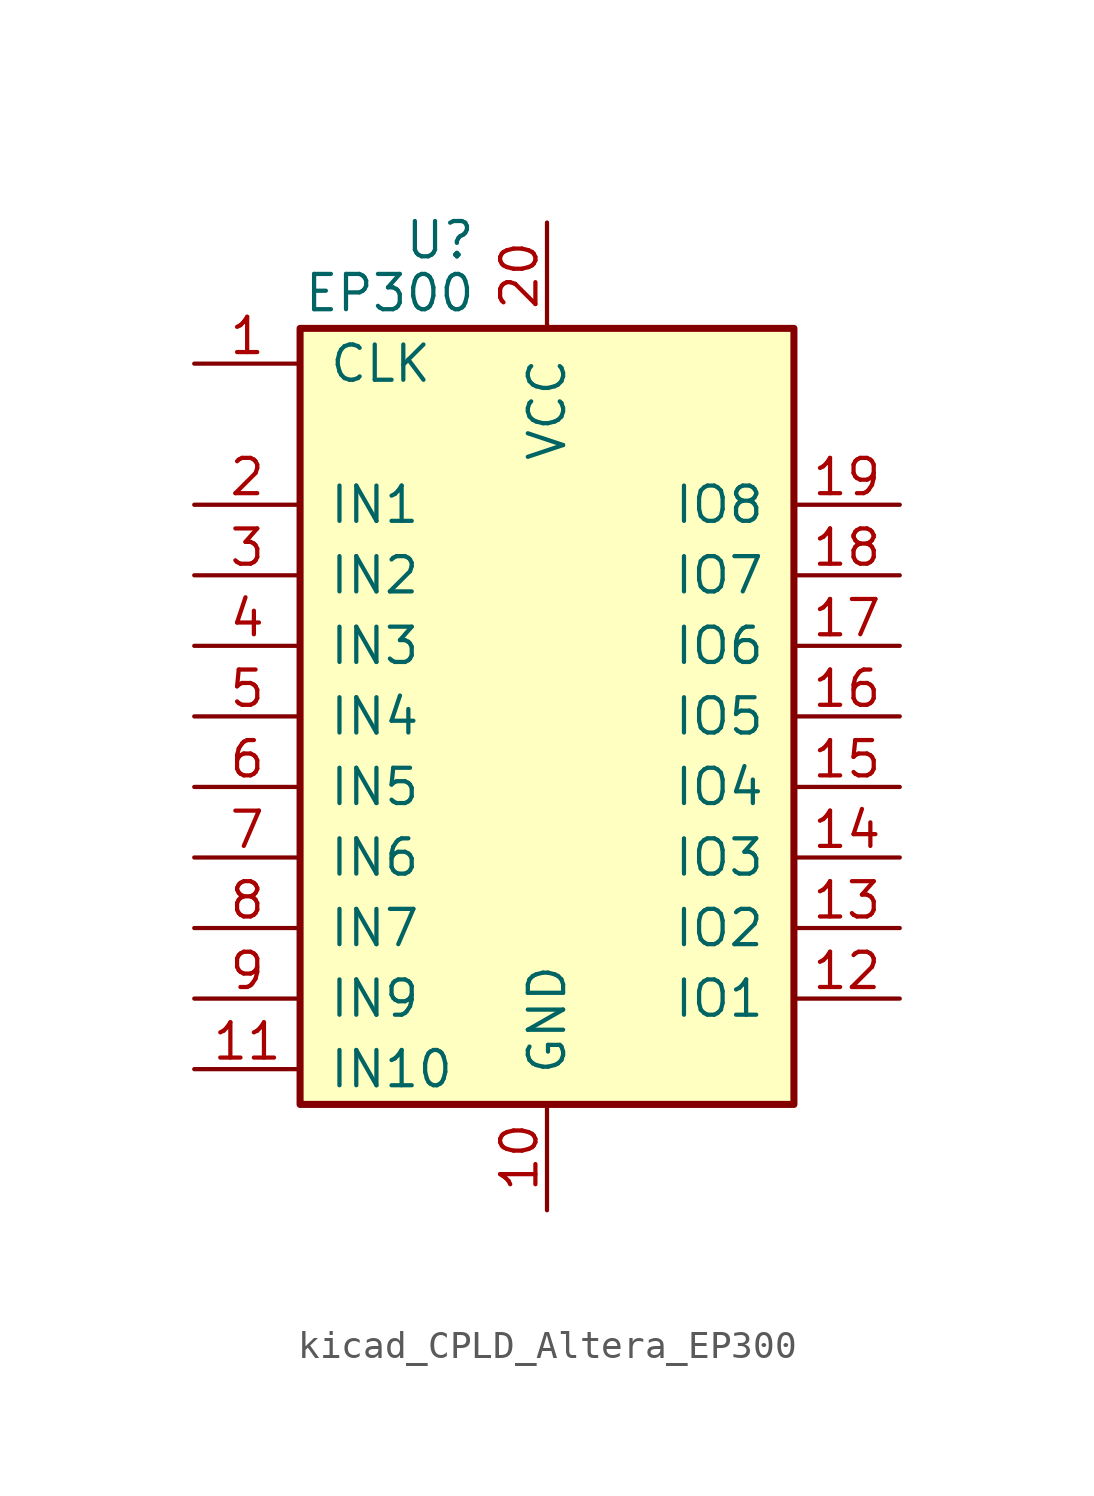
<source format=kicad_sym>
(kicad_symbol_lib
  (version 20220914)
  (generator kicad_symbol_editor)
  (symbol "kicad_CPLD_Altera_EP300"
    (pin_names
      (offset 1.016))
    (property "Reference" "U"
      (at -2.54 17.145 0)
      (effects (font (size 1.27 1.27)) (justify right)))
    (property "Value" "EP300"
      (at -2.54 15.24 0)
      (effects (font (size 1.27 1.27)) (justify right)))
    (symbol "kicad_CPLD_Altera_EP300_0_1"
      (rectangle (start -8.89 -13.97) (end 8.89 13.97) (stroke (width 0.254) (type default)) (fill (type background))))
    (symbol "kicad_CPLD_Altera_EP300_1_1"
      (pin input line (at -12.7 12.7 0) (length 3.81) (name "CLK" (effects (font (size 1.27 1.27)))) (number "1" (effects (font (size 1.27 1.27)))))
      (pin power_in line (at 0 -17.78 90) (length 3.81) (name "GND" (effects (font (size 1.27 1.27)))) (number "10" (effects (font (size 1.27 1.27)))))
      (pin input line (at -12.7 -12.7 0) (length 3.81) (name "IN10" (effects (font (size 1.27 1.27)))) (number "11" (effects (font (size 1.27 1.27)))))
      (pin input line (at 12.7 -10.16 180) (length 3.81) (name "IO1" (effects (font (size 1.27 1.27)))) (number "12" (effects (font (size 1.27 1.27)))))
      (pin input line (at 12.7 -7.62 180) (length 3.81) (name "IO2" (effects (font (size 1.27 1.27)))) (number "13" (effects (font (size 1.27 1.27)))))
      (pin input line (at 12.7 -5.08 180) (length 3.81) (name "IO3" (effects (font (size 1.27 1.27)))) (number "14" (effects (font (size 1.27 1.27)))))
      (pin input line (at 12.7 -2.54 180) (length 3.81) (name "IO4" (effects (font (size 1.27 1.27)))) (number "15" (effects (font (size 1.27 1.27)))))
      (pin input line (at 12.7 0 180) (length 3.81) (name "IO5" (effects (font (size 1.27 1.27)))) (number "16" (effects (font (size 1.27 1.27)))))
      (pin input line (at 12.7 2.54 180) (length 3.81) (name "IO6" (effects (font (size 1.27 1.27)))) (number "17" (effects (font (size 1.27 1.27)))))
      (pin input line (at 12.7 5.08 180) (length 3.81) (name "IO7" (effects (font (size 1.27 1.27)))) (number "18" (effects (font (size 1.27 1.27)))))
      (pin input line (at 12.7 7.62 180) (length 3.81) (name "IO8" (effects (font (size 1.27 1.27)))) (number "19" (effects (font (size 1.27 1.27)))))
      (pin input line (at -12.7 7.62 0) (length 3.81) (name "IN1" (effects (font (size 1.27 1.27)))) (number "2" (effects (font (size 1.27 1.27)))))
      (pin power_in line (at 0 17.78 270) (length 3.81) (name "VCC" (effects (font (size 1.27 1.27)))) (number "20" (effects (font (size 1.27 1.27)))))
      (pin input line (at -12.7 5.08 0) (length 3.81) (name "IN2" (effects (font (size 1.27 1.27)))) (number "3" (effects (font (size 1.27 1.27)))))
      (pin input line (at -12.7 2.54 0) (length 3.81) (name "IN3" (effects (font (size 1.27 1.27)))) (number "4" (effects (font (size 1.27 1.27)))))
      (pin input line (at -12.7 0 0) (length 3.81) (name "IN4" (effects (font (size 1.27 1.27)))) (number "5" (effects (font (size 1.27 1.27)))))
      (pin input line (at -12.7 -2.54 0) (length 3.81) (name "IN5" (effects (font (size 1.27 1.27)))) (number "6" (effects (font (size 1.27 1.27)))))
      (pin input line (at -12.7 -5.08 0) (length 3.81) (name "IN6" (effects (font (size 1.27 1.27)))) (number "7" (effects (font (size 1.27 1.27)))))
      (pin input line (at -12.7 -7.62 0) (length 3.81) (name "IN7" (effects (font (size 1.27 1.27)))) (number "8" (effects (font (size 1.27 1.27)))))
      (pin input line (at -12.7 -10.16 0) (length 3.81) (name "IN9" (effects (font (size 1.27 1.27)))) (number "9" (effects (font (size 1.27 1.27))))))))
</source>
